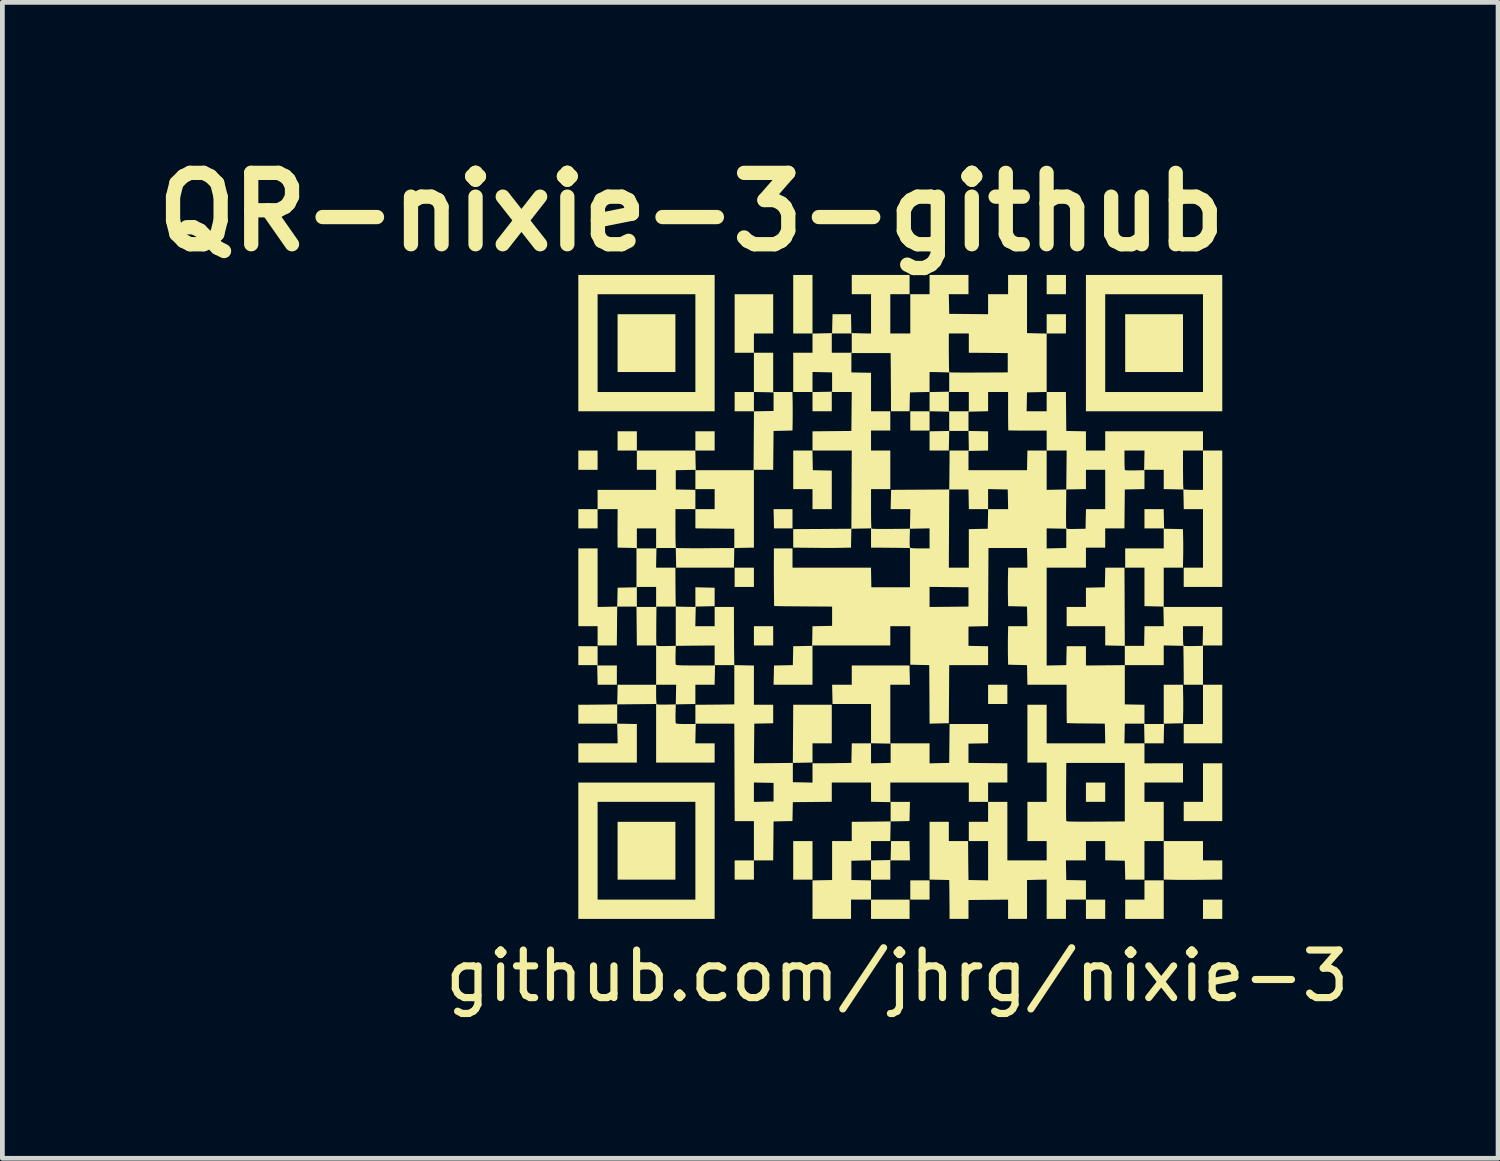
<source format=kicad_pcb>
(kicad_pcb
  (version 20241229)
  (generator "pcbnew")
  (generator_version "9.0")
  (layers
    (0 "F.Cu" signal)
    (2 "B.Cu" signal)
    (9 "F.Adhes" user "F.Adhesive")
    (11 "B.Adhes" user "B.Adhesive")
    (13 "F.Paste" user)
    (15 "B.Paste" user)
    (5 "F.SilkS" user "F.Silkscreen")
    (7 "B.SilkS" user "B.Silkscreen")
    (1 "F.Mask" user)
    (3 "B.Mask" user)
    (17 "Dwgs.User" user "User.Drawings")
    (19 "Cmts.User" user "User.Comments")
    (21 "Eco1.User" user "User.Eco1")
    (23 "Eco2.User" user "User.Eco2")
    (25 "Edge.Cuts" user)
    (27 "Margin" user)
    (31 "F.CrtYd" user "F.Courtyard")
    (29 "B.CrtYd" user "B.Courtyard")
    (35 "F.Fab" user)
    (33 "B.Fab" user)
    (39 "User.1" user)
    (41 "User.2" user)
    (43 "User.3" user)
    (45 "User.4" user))
  (footprint "QR-nixie-3-github"
    (layer "F.Cu")
    (at 15.869 9.494)
    (property "Reference" "QR-nixie-3-github" (at -4.39 -8.09 0) (layer "F.SilkS") (effects (font (size 1.5 1.5) (thickness 0.3))))
    (attr board_only exclude_from_pos_files exclude_from_bom)
    (fp_poly (pts (xy -6.361 -2.873) (xy -6.361 -2.671) (xy -6.564 -2.671) (xy -6.766 -2.671) (xy -6.766 -2.873) (xy -6.766 -3.076) (xy -6.564 -3.076) (xy -6.361 -3.076)) (stroke (width 0) (type solid)) (fill yes) (layer "F.SilkS"))
    (fp_poly (pts (xy -5.536 -3.278) (xy -5.536 -3.076) (xy -5.739 -3.076) (xy -5.941 -3.076) (xy -5.941 -3.278) (xy -5.941 -3.481) (xy -5.739 -3.481) (xy -5.536 -3.481)) (stroke (width 0) (type solid)) (fill yes) (layer "F.SilkS"))
    (fp_poly (pts (xy -4.726 -5.334) (xy -4.726 -4.726) (xy -5.334 -4.726) (xy -5.941 -4.726) (xy -5.941 -5.334) (xy -5.941 -5.941) (xy -5.334 -5.941) (xy -4.726 -5.941)) (stroke (width 0) (type solid)) (fill yes) (layer "F.SilkS"))
    (fp_poly (pts (xy -4.726 5.334) (xy -4.726 5.941) (xy -5.334 5.941) (xy -5.941 5.941) (xy -5.941 5.334) (xy -5.941 4.726) (xy -5.334 4.726) (xy -4.726 4.726)) (stroke (width 0) (type solid)) (fill yes) (layer "F.SilkS"))
    (fp_poly (pts (xy -3.901 -3.278) (xy -3.901 -3.076) (xy -4.104 -3.076) (xy -4.306 -3.076) (xy -4.306 -3.278) (xy -4.306 -3.481) (xy -4.103 -3.481) (xy -3.901 -3.481)) (stroke (width 0) (type solid)) (fill yes) (layer "F.SilkS"))
    (fp_poly (pts (xy -3.076 -4.103) (xy -3.076 -3.901) (xy -3.278 -3.901) (xy -3.481 -3.901) (xy -3.481 -4.103) (xy -3.481 -4.306) (xy -3.278 -4.306) (xy -3.076 -4.306)) (stroke (width 0) (type solid)) (fill yes) (layer "F.SilkS"))
    (fp_poly (pts (xy -3.076 -0.413) (xy -3.076 -0.21) (xy -3.278 -0.21) (xy -3.481 -0.21) (xy -3.481 -0.413) (xy -3.481 -0.615) (xy -3.278 -0.615) (xy -3.076 -0.615)) (stroke (width 0) (type solid)) (fill yes) (layer "F.SilkS"))
    (fp_poly (pts (xy -2.671 0.818) (xy -2.671 1.02) (xy -2.873 1.02) (xy -3.076 1.02) (xy -3.076 0.818) (xy -3.076 0.615) (xy -2.873 0.615) (xy -2.671 0.615)) (stroke (width 0) (type solid)) (fill yes) (layer "F.SilkS"))
    (fp_poly (pts (xy -2.464 -1.845) (xy -2.265 -1.845) (xy -2.265 -1.643) (xy -2.265 -1.44) (xy -2.46 -1.44) (xy -2.654 -1.44) (xy -2.658 -1.643) (xy -2.663 -1.845)) (stroke (width 0) (type solid)) (fill yes) (layer "F.SilkS"))
    (fp_poly (pts (xy -1.845 -6.151) (xy -1.845 -5.536) (xy -2.048 -5.536) (xy -2.25 -5.536) (xy -2.25 -6.151) (xy -2.25 -6.766) (xy -2.048 -6.766) (xy -1.845 -6.766)) (stroke (width 0) (type solid)) (fill yes) (layer "F.SilkS"))
    (fp_poly (pts (xy -1.845 5.536) (xy -1.845 5.941) (xy -2.048 5.941) (xy -2.25 5.941) (xy -2.25 5.536) (xy -2.25 5.131) (xy -2.048 5.131) (xy -1.845 5.131)) (stroke (width 0) (type solid)) (fill yes) (layer "F.SilkS"))
    (fp_poly (pts (xy 0.195 6.564) (xy 0.195 6.766) (xy -0.21 6.766) (xy -0.615 6.766) (xy -0.615 6.564) (xy -0.615 6.361) (xy -0.21 6.361) (xy 0.195 6.361)) (stroke (width 0) (type solid)) (fill yes) (layer "F.SilkS"))
    (fp_poly (pts (xy 0.615 -3.698) (xy 0.615 -3.496) (xy 0.413 -3.496) (xy 0.21 -3.496) (xy 0.21 -3.698) (xy 0.21 -3.901) (xy 0.413 -3.901) (xy 0.615 -3.901)) (stroke (width 0) (type solid)) (fill yes) (layer "F.SilkS"))
    (fp_poly (pts (xy 0.615 6.159) (xy 0.615 6.361) (xy 0.413 6.361) (xy 0.21 6.361) (xy 0.21 6.159) (xy 0.21 5.956) (xy 0.413 5.956) (xy 0.615 5.956)) (stroke (width 0) (type solid)) (fill yes) (layer "F.SilkS"))
    (fp_poly (pts (xy 2.25 2.048) (xy 2.25 2.25) (xy 2.048 2.25) (xy 1.845 2.25) (xy 1.845 2.048) (xy 1.845 1.845) (xy 2.048 1.845) (xy 2.25 1.845)) (stroke (width 0) (type solid)) (fill yes) (layer "F.SilkS"))
    (fp_poly (pts (xy 3.481 -6.564) (xy 3.481 -6.361) (xy 3.278 -6.361) (xy 3.076 -6.361) (xy 3.076 -6.564) (xy 3.076 -6.766) (xy 3.278 -6.766) (xy 3.481 -6.766)) (stroke (width 0) (type solid)) (fill yes) (layer "F.SilkS"))
    (fp_poly (pts (xy 3.481 -5.739) (xy 3.481 -5.536) (xy 3.278 -5.536) (xy 3.076 -5.536) (xy 3.076 -5.738) (xy 3.076 -5.941) (xy 3.278 -5.941) (xy 3.481 -5.941)) (stroke (width 0) (type solid)) (fill yes) (layer "F.SilkS"))
    (fp_poly (pts (xy 4.306 4.103) (xy 4.306 4.306) (xy 4.103 4.306) (xy 3.901 4.306) (xy 3.901 4.103) (xy 3.901 3.901) (xy 4.103 3.901) (xy 4.306 3.901)) (stroke (width 0) (type solid)) (fill yes) (layer "F.SilkS"))
    (fp_poly (pts (xy 4.306 6.564) (xy 4.306 6.766) (xy 4.103 6.766) (xy 3.901 6.766) (xy 3.901 6.564) (xy 3.901 6.361) (xy 4.103 6.361) (xy 4.306 6.361)) (stroke (width 0) (type solid)) (fill yes) (layer "F.SilkS"))
    (fp_poly (pts (xy 5.941 -5.334) (xy 5.941 -4.726) (xy 5.334 -4.726) (xy 4.726 -4.726) (xy 4.726 -5.334) (xy 4.726 -5.941) (xy 5.334 -5.941) (xy 5.941 -5.941)) (stroke (width 0) (type solid)) (fill yes) (layer "F.SilkS"))
    (fp_poly (pts (xy 6.766 6.564) (xy 6.766 6.766) (xy 6.564 6.766) (xy 6.361 6.766) (xy 6.361 6.564) (xy 6.361 6.361) (xy 6.564 6.361) (xy 6.766 6.361)) (stroke (width 0) (type solid)) (fill yes) (layer "F.SilkS"))
    (fp_poly (pts (xy -2.671 -5.949) (xy -2.671 -5.536) (xy -2.873 -5.536) (xy -3.076 -5.536) (xy -3.076 -5.334) (xy -3.076 -5.131) (xy -3.278 -5.131) (xy -3.481 -5.131) (xy -3.481 -5.746) (xy -3.481 -6.361) (xy -3.076 -6.361) (xy -2.671 -6.361)) (stroke (width 0) (type solid)) (fill yes) (layer "F.SilkS"))
    (fp_poly (pts (xy 5.536 6.361) (xy 5.536 6.766) (xy 5.131 6.766) (xy 4.726 6.766) (xy 4.726 6.564) (xy 4.726 6.361) (xy 4.928 6.361) (xy 5.131 6.361) (xy 5.131 6.159) (xy 5.131 5.956) (xy 5.334 5.956) (xy 5.536 5.956)) (stroke (width 0) (type solid)) (fill yes) (layer "F.SilkS"))
    (fp_poly (pts (xy 6.766 2.46) (xy 6.766 3.076) (xy 6.361 3.076) (xy 5.956 3.076) (xy 5.956 2.873) (xy 5.956 2.671) (xy 6.159 2.671) (xy 6.361 2.671) (xy 6.361 2.258) (xy 6.361 1.845) (xy 6.564 1.845) (xy 6.766 1.845)) (stroke (width 0) (type solid)) (fill yes) (layer "F.SilkS"))
    (fp_poly (pts (xy 6.766 4.103) (xy 6.766 4.711) (xy 6.361 4.711) (xy 5.956 4.711) (xy 5.956 4.508) (xy 5.956 4.306) (xy 6.159 4.306) (xy 6.361 4.306) (xy 6.361 3.901) (xy 6.361 3.496) (xy 6.564 3.496) (xy 6.766 3.496)) (stroke (width 0) (type solid)) (fill yes) (layer "F.SilkS"))
    (fp_poly (pts (xy -6.361 1.238) (xy -6.361 1.44) (xy -6.159 1.44) (xy -5.956 1.44) (xy -5.956 1.643) (xy -5.956 1.845) (xy -6.158 1.845) (xy -6.36 1.845) (xy -6.365 1.639) (xy -6.369 1.433) (xy -6.568 1.433) (xy -6.766 1.433) (xy -6.766 1.234) (xy -6.766 1.035) (xy -6.564 1.035) (xy -6.361 1.035)) (stroke (width 0) (type solid)) (fill yes) (layer "F.SilkS"))
    (fp_poly (pts (xy -1.842 -2.869) (xy -1.838 -2.663) (xy -1.639 -2.659) (xy -1.44 -2.655) (xy -1.44 -2.25) (xy -1.44 -1.845) (xy -1.643 -1.845) (xy -1.845 -1.845) (xy -1.845 -2.055) (xy -1.845 -2.265) (xy -2.048 -2.265) (xy -2.25 -2.265) (xy -2.25 -2.671) (xy -2.25 -3.076) (xy -2.048 -3.076) (xy -1.846 -3.076)) (stroke (width 0) (type solid)) (fill yes) (layer "F.SilkS"))
    (fp_poly (pts (xy 0.198 5.334) (xy 0.203 5.536) (xy -0.004 5.536) (xy -0.21 5.536) (xy -0.21 5.739) (xy -0.21 5.941) (xy -0.413 5.941) (xy -0.615 5.941) (xy -0.615 5.738) (xy -0.615 5.537) (xy -0.409 5.533) (xy -0.203 5.529) (xy -0.198 5.33) (xy -0.194 5.131) (xy -0.000376 5.131) (xy 0.193 5.131)) (stroke (width 0) (type solid)) (fill yes) (layer "F.SilkS"))
    (fp_poly (pts (xy -3.901 -5.334) (xy -3.901 -3.901) (xy -5.334 -3.901) (xy -6.766 -3.901) (xy -6.766 -5.334) (xy -6.361 -5.334) (xy -6.361 -4.306) (xy -5.334 -4.306) (xy -4.306 -4.306) (xy -4.306 -5.334) (xy -4.306 -6.361) (xy -5.334 -6.361) (xy -6.361 -6.361) (xy -6.361 -5.334) (xy -6.766 -5.334) (xy -6.766 -6.766) (xy -5.334 -6.766) (xy -3.901 -6.766)) (stroke (width 0) (type solid)) (fill yes) (layer "F.SilkS"))
    (fp_poly (pts (xy -3.901 5.334) (xy -3.901 6.766) (xy -5.334 6.766) (xy -6.766 6.766) (xy -6.766 5.334) (xy -6.361 5.334) (xy -6.361 6.361) (xy -5.334 6.361) (xy -4.306 6.361) (xy -4.306 5.334) (xy -4.306 4.306) (xy -5.334 4.306) (xy -6.361 4.306) (xy -6.361 5.334) (xy -6.766 5.334) (xy -6.766 3.901) (xy -5.334 3.901) (xy -3.901 3.901)) (stroke (width 0) (type solid)) (fill yes) (layer "F.SilkS"))
    (fp_poly (pts (xy 6.361 5.334) (xy 6.361 5.536) (xy 6.564 5.536) (xy 6.766 5.536) (xy 6.766 5.738) (xy 6.766 5.94) (xy 6.358 5.944) (xy 6.236 5.945) (xy 6.112 5.946) (xy 5.992 5.946) (xy 5.883 5.946) (xy 5.792 5.945) (xy 5.742 5.944) (xy 5.536 5.94) (xy 5.536 5.536) (xy 5.536 5.131) (xy 5.949 5.131) (xy 6.361 5.131)) (stroke (width 0) (type solid)) (fill yes) (layer "F.SilkS"))
    (fp_poly (pts (xy 6.766 -5.334) (xy 6.766 -3.901) (xy 5.334 -3.901) (xy 3.901 -3.901) (xy 3.901 -5.334) (xy 4.306 -5.334) (xy 4.306 -4.306) (xy 5.334 -4.306) (xy 6.361 -4.306) (xy 6.361 -5.334) (xy 6.361 -6.361) (xy 5.334 -6.361) (xy 4.306 -6.361) (xy 4.306 -5.334) (xy 3.901 -5.334) (xy 3.901 -6.766) (xy 5.334 -6.766) (xy 6.766 -6.766)) (stroke (width 0) (type solid)) (fill yes) (layer "F.SilkS"))
    (fp_poly (pts (xy -2.671 -4.718) (xy -2.671 -4.306) (xy -2.469 -4.306) (xy -2.267 -4.306) (xy -2.262 -4.092) (xy -2.261 -3.992) (xy -2.261 -3.881) (xy -2.261 -3.773) (xy -2.262 -3.687) (xy -2.266 -3.497) (xy -2.465 -3.492) (xy -2.663 -3.488) (xy -2.667 -3.079) (xy -2.671 -2.671) (xy -2.873 -2.671) (xy -3.076 -2.671) (xy -3.076 -1.853) (xy -3.076 -1.036) (xy -3.282 -1.032) (xy -3.488 -1.028) (xy -3.492 -0.821) (xy -3.497 -0.615) (xy -4.103 -0.615) (xy -4.71 -0.615) (xy -4.714 -0.821) (xy -4.718 -1.028) (xy -4.921 -1.028) (xy -5.124 -1.028) (xy -5.128 -0.821) (xy -5.132 -0.615) (xy -4.929 -0.615) (xy -4.726 -0.615) (xy -4.725 -0.409) (xy -4.725 -0.307) (xy -4.724 -0.193) (xy -4.723 -0.079) (xy -4.722 0) (xy -4.718 0.203) (xy -4.512 0.207) (xy -4.306 0.211) (xy -4.306 0.004) (xy -4.306 -0.203) (xy -4.103 -0.198) (xy -3.901 -0.193) (xy -3.901 0.000377) (xy -3.901 0.194) (xy -4.1 0.198) (xy -4.298 0.203) (xy -4.303 0.409) (xy -4.307 0.615) (xy -4.104 0.615) (xy -3.901 0.615) (xy -3.901 0.413) (xy -3.901 0.21) (xy -3.698 0.21) (xy -3.496 0.21) (xy -3.495 0.619) (xy -3.495 0.74) (xy -3.494 0.864) (xy -3.494 0.983) (xy -3.493 1.091) (xy -3.492 1.181) (xy -3.491 1.23) (xy -3.488 1.433) (xy -3.282 1.437) (xy -3.076 1.441) (xy -3.076 1.853) (xy -3.076 2.265) (xy -2.873 2.265) (xy -2.671 2.265) (xy -2.671 2.46) (xy -2.671 2.655) (xy -2.869 2.659) (xy -3.068 2.663) (xy -3.072 3.079) (xy -3.076 3.496) (xy -2.667 3.492) (xy -2.258 3.488) (xy -2.254 2.877) (xy -2.25 2.265) (xy -1.845 2.265) (xy -1.44 2.265) (xy -1.44 2.671) (xy -1.44 3.076) (xy -1.643 3.076) (xy -1.845 3.076) (xy -1.845 3.278) (xy -1.845 3.48) (xy -2.052 3.484) (xy -2.258 3.488) (xy -2.258 3.691) (xy -2.258 3.893) (xy -2.052 3.897) (xy -1.845 3.902) (xy -1.845 3.699) (xy -1.845 3.496) (xy -1.639 3.495) (xy -1.538 3.495) (xy -1.423 3.494) (xy -1.31 3.492) (xy -1.23 3.491) (xy -1.028 3.488) (xy -1.024 3.282) (xy -1.019 3.076) (xy -0.817 3.076) (xy -0.615 3.076) (xy -0.615 3.286) (xy -0.615 3.497) (xy -0.409 3.492) (xy -0.203 3.488) (xy -0.203 3.286) (xy -0.203 3.083) (xy -0.409 3.079) (xy -0.615 3.075) (xy -0.615 2.663) (xy -0.615 2.25) (xy -1.019 2.25) (xy -1.424 2.25) (xy -1.428 2.048) (xy -1.433 1.845) (xy -1.226 1.845) (xy -1.02 1.845) (xy -1.02 1.643) (xy -1.02 1.44) (xy -0.413 1.44) (xy 0.193 1.44) (xy 0.198 1.643) (xy 0.203 1.845) (xy -0.004 1.845) (xy -0.21 1.845) (xy -0.21 2.46) (xy -0.21 3.076) (xy 0.203 3.076) (xy 0.615 3.076) (xy 0.615 3.286) (xy 0.615 3.497) (xy 0.821 3.492) (xy 1.028 3.488) (xy 1.032 3.079) (xy 1.036 2.671) (xy 1.441 2.671) (xy 1.845 2.671) (xy 1.845 2.873) (xy 1.845 3.075) (xy 1.639 3.079) (xy 1.433 3.083) (xy 1.433 3.286) (xy 1.433 3.488) (xy 1.842 3.492) (xy 2.25 3.496) (xy 2.25 3.698) (xy 2.25 3.901) (xy 2.048 3.901) (xy 1.845 3.901) (xy 1.845 4.103) (xy 1.845 4.306) (xy 1.643 4.306) (xy 1.44 4.306) (xy 1.44 4.103) (xy 1.44 3.901) (xy 0.615 3.901) (xy -0.21 3.901) (xy -0.21 4.103) (xy -0.21 4.306) (xy -0.004 4.306) (xy 0.203 4.306) (xy 0.198 4.508) (xy 0.193 4.71) (xy -0.005 4.714) (xy -0.203 4.718) (xy -0.207 4.925) (xy -0.211 5.131) (xy -0.413 5.131) (xy -0.615 5.131) (xy -0.615 5.334) (xy -0.615 5.535) (xy -0.821 5.539) (xy -1.028 5.544) (xy -1.028 5.746) (xy -1.028 5.949) (xy -0.821 5.953) (xy -0.615 5.957) (xy -0.615 6.159) (xy -0.615 6.361) (xy -0.825 6.361) (xy -1.035 6.361) (xy -1.035 6.564) (xy -1.035 6.766) (xy -1.44 6.766) (xy -1.845 6.766) (xy -1.845 6.362) (xy -1.845 5.957) (xy -1.639 5.953) (xy -1.433 5.949) (xy -1.433 5.54) (xy -1.433 5.131) (xy -1.226 5.131) (xy -1.02 5.131) (xy -1.02 4.929) (xy -1.02 4.726) (xy -0.611 4.722) (xy -0.203 4.718) (xy -0.203 4.516) (xy -0.203 4.313) (xy -0.409 4.309) (xy -0.615 4.305) (xy -0.615 4.103) (xy -0.615 3.901) (xy -1.028 3.901) (xy -1.44 3.901) (xy -1.44 4.103) (xy -1.44 4.305) (xy -1.849 4.309) (xy -2.258 4.313) (xy -2.262 4.512) (xy -2.266 4.71) (xy -2.465 4.714) (xy -2.663 4.718) (xy -2.667 5.127) (xy -2.671 5.536) (xy -2.873 5.536) (xy -3.076 5.536) (xy -3.076 5.739) (xy -3.076 5.941) (xy -3.278 5.941) (xy -3.481 5.941) (xy -3.481 5.739) (xy -3.481 5.536) (xy -3.278 5.536) (xy -3.076 5.536) (xy -3.076 5.124) (xy -3.076 4.711) (xy -3.278 4.711) (xy -3.48 4.711) (xy -3.483 4.103) (xy -3.076 4.103) (xy -3.076 4.307) (xy -2.869 4.303) (xy -2.663 4.298) (xy -2.663 4.103) (xy -2.663 3.908) (xy -2.869 3.904) (xy -3.076 3.9) (xy -3.076 4.103) (xy -3.483 4.103) (xy -3.484 3.687) (xy -3.488 2.663) (xy -3.893 2.663) (xy -4.298 2.663) (xy -4.303 2.869) (xy -4.307 3.076) (xy -4.104 3.076) (xy -3.901 3.076) (xy -3.901 3.278) (xy -3.901 3.481) (xy -4.516 3.481) (xy -5.131 3.481) (xy -5.131 2.865) (xy -5.131 2.518) (xy -4.724 2.518) (xy -4.723 2.581) (xy -4.722 2.627) (xy -4.72 2.65) (xy -4.719 2.651) (xy -4.708 2.659) (xy -4.68 2.665) (xy -4.631 2.669) (xy -4.557 2.67) (xy -4.509 2.671) (xy -4.306 2.671) (xy -4.306 2.468) (xy -4.306 2.265) (xy -4.1 2.265) (xy -3.998 2.264) (xy -3.883 2.263) (xy -3.77 2.262) (xy -3.691 2.261) (xy -3.488 2.258) (xy -3.488 1.845) (xy -3.488 1.433) (xy -3.691 1.433) (xy -3.893 1.433) (xy -3.897 1.639) (xy -3.902 1.845) (xy -4.104 1.845) (xy -4.306 1.845) (xy -4.306 2.047) (xy -4.306 2.25) (xy -4.512 2.254) (xy -4.718 2.258) (xy -4.723 2.445) (xy -4.724 2.518) (xy -5.131 2.518) (xy -5.131 2.25) (xy -5.54 2.254) (xy -5.949 2.258) (xy -5.949 2.46) (xy -5.949 2.663) (xy -5.742 2.667) (xy -5.536 2.671) (xy -5.536 3.076) (xy -5.536 3.481) (xy -6.151 3.481) (xy -6.766 3.481) (xy -6.766 3.278) (xy -6.766 3.076) (xy -6.353 3.076) (xy -5.94 3.076) (xy -5.944 2.869) (xy -5.949 2.663) (xy -6.358 2.663) (xy -6.766 2.663) (xy -6.766 2.464) (xy -6.766 2.265) (xy -6.56 2.265) (xy -6.459 2.264) (xy -6.344 2.263) (xy -6.231 2.262) (xy -6.151 2.261) (xy -5.949 2.258) (xy -5.944 2.052) (xy -5.944 2.045) (xy -5.131 2.045) (xy -5.13 2.12) (xy -5.128 2.184) (xy -5.125 2.23) (xy -5.121 2.254) (xy -5.121 2.256) (xy -5.102 2.259) (xy -5.06 2.262) (xy -5 2.263) (xy -4.928 2.262) (xy -4.914 2.262) (xy -4.718 2.258) (xy -4.714 2.052) (xy -4.71 1.845) (xy -4.921 1.845) (xy -5.131 1.845) (xy -5.131 2.045) (xy -5.944 2.045) (xy -5.94 1.845) (xy -5.536 1.845) (xy -5.131 1.845) (xy -5.131 1.433) (xy -5.131 1.288) (xy -4.724 1.288) (xy -4.723 1.351) (xy -4.722 1.397) (xy -4.72 1.42) (xy -4.719 1.421) (xy -4.711 1.427) (xy -4.689 1.432) (xy -4.651 1.435) (xy -4.594 1.438) (xy -4.515 1.439) (xy -4.412 1.44) (xy -4.306 1.44) (xy -3.901 1.44) (xy -3.901 1.23) (xy -3.901 1.02) (xy -4.31 1.024) (xy -4.718 1.028) (xy -4.723 1.214) (xy -4.724 1.288) (xy -5.131 1.288) (xy -5.131 1.02) (xy -5.333 1.02) (xy -5.536 1.02) (xy -5.538 0.804) (xy -5.129 0.804) (xy -5.128 0.888) (xy -5.127 0.954) (xy -5.126 0.999) (xy -5.124 1.017) (xy -5.113 1.025) (xy -5.087 1.03) (xy -5.04 1.033) (xy -4.969 1.033) (xy -4.918 1.032) (xy -4.718 1.028) (xy -4.718 0.615) (xy -4.718 0.203) (xy -4.921 0.203) (xy -5.124 0.203) (xy -5.128 0.6) (xy -5.128 0.707) (xy -5.129 0.804) (xy -5.538 0.804) (xy -5.54 0.611) (xy -5.544 0.203) (xy -5.746 0.203) (xy -5.949 0.203) (xy -5.953 0.611) (xy -5.957 1.02) (xy -6.159 1.02) (xy -6.361 1.02) (xy -6.361 0.818) (xy -6.361 0.615) (xy -6.564 0.615) (xy -6.766 0.615) (xy -6.766 -0.203) (xy -6.766 -1.02) (xy -6.564 -1.02) (xy -6.361 -1.02) (xy -6.361 -0.405) (xy -6.361 0.211) (xy -6.155 0.207) (xy -5.949 0.203) (xy -5.944 0.004) (xy -5.944 0) (xy -5.536 0) (xy -5.536 0.21) (xy -5.334 0.21) (xy -5.131 0.21) (xy -5.131 0) (xy -5.131 -0.21) (xy -5.334 -0.21) (xy -5.536 -0.21) (xy -5.536 0) (xy -5.944 0) (xy -5.94 -0.194) (xy -5.742 -0.198) (xy -5.544 -0.203) (xy -5.544 -0.615) (xy -5.544 -1.028) (xy -5.742 -1.032) (xy -5.941 -1.036) (xy -5.942 -1.23) (xy -5.536 -1.23) (xy -5.536 -1.02) (xy -5.334 -1.02) (xy -5.131 -1.02) (xy -5.131 -1.23) (xy -5.131 -1.44) (xy -5.334 -1.44) (xy -5.536 -1.44) (xy -5.536 -1.23) (xy -5.942 -1.23) (xy -5.942 -1.234) (xy -5.942 -1.333) (xy -5.942 -1.445) (xy -5.942 -1.558) (xy -5.941 -1.639) (xy -5.94 -1.845) (xy -4.725 -1.845) (xy -4.725 -1.443) (xy -4.725 -1.335) (xy -4.724 -1.238) (xy -4.722 -1.155) (xy -4.72 -1.09) (xy -4.718 -1.047) (xy -4.715 -1.03) (xy -4.715 -1.03) (xy -4.699 -1.028) (xy -4.655 -1.026) (xy -4.588 -1.025) (xy -4.501 -1.024) (xy -4.397 -1.023) (xy -4.278 -1.023) (xy -4.149 -1.023) (xy -4.097 -1.024) (xy -3.488 -1.028) (xy -3.488 -1.23) (xy -3.488 -1.433) (xy -3.897 -1.437) (xy -4.306 -1.441) (xy -4.306 -1.643) (xy -4.306 -1.845) (xy -4.103 -1.845) (xy -3.901 -1.845) (xy -3.901 -2.055) (xy -3.901 -2.265) (xy -4.103 -2.265) (xy -4.306 -2.265) (xy -4.306 -2.468) (xy -4.306 -2.671) (xy -4.512 -2.667) (xy -4.718 -2.663) (xy -4.718 -2.46) (xy -4.718 -2.258) (xy -4.512 -2.254) (xy -4.306 -2.25) (xy -4.306 -2.047) (xy -4.306 -1.845) (xy -4.516 -1.845) (xy -4.725 -1.845) (xy -5.94 -1.845) (xy -6.151 -1.845) (xy -6.361 -1.845) (xy -6.361 -1.643) (xy -6.361 -1.44) (xy -6.564 -1.44) (xy -6.766 -1.44) (xy -6.766 -1.643) (xy -6.766 -1.845) (xy -6.564 -1.845) (xy -6.361 -1.845) (xy -6.361 -2.048) (xy -6.361 -2.25) (xy -5.746 -2.25) (xy -5.131 -2.25) (xy -5.131 -2.46) (xy -5.131 -2.671) (xy -5.334 -2.671) (xy -5.536 -2.671) (xy -5.536 -2.873) (xy -5.536 -3.076) (xy -4.921 -3.076) (xy -4.307 -3.076) (xy -4.303 -2.869) (xy -4.298 -2.663) (xy -3.691 -2.663) (xy -3.083 -2.663) (xy -3.079 -3.282) (xy -3.075 -3.9) (xy -2.869 -3.904) (xy -2.663 -3.908) (xy -2.663 -4.103) (xy -2.663 -4.298) (xy -2.869 -4.303) (xy -3.076 -4.307) (xy -3.076 -4.718) (xy -3.076 -5.131) (xy -2.873 -5.131) (xy -2.671 -5.131)) (stroke (width 0) (type solid)) (fill yes) (layer "F.SilkS"))
    (fp_poly (pts (xy 2.663 -6.155) (xy 2.663 -5.544) (xy 2.869 -5.539) (xy 3.076 -5.535) (xy 3.076 -4.921) (xy 3.076 -4.307) (xy 2.869 -4.303) (xy 2.663 -4.298) (xy 2.659 -4.1) (xy 2.655 -3.901) (xy 2.865 -3.901) (xy 3.076 -3.901) (xy 3.076 -4.104) (xy 3.076 -4.306) (xy 3.278 -4.306) (xy 3.48 -4.306) (xy 3.484 -3.897) (xy 3.488 -3.488) (xy 3.694 -3.484) (xy 3.901 -3.48) (xy 3.901 -3.278) (xy 3.901 -3.076) (xy 4.103 -3.076) (xy 4.306 -3.076) (xy 4.306 -3.278) (xy 4.306 -3.481) (xy 5.334 -3.481) (xy 6.361 -3.481) (xy 6.361 -3.278) (xy 6.361 -3.076) (xy 6.151 -3.076) (xy 5.941 -3.076) (xy 5.941 -2.673) (xy 5.942 -2.566) (xy 5.943 -2.469) (xy 5.944 -2.386) (xy 5.946 -2.321) (xy 5.949 -2.278) (xy 5.951 -2.26) (xy 5.951 -2.26) (xy 5.969 -2.257) (xy 6.011 -2.254) (xy 6.071 -2.251) (xy 6.144 -2.25) (xy 6.161 -2.25) (xy 6.361 -2.25) (xy 6.361 -2.663) (xy 6.361 -3.076) (xy 6.564 -3.076) (xy 6.766 -3.076) (xy 6.766 -1.643) (xy 6.766 -0.21) (xy 6.361 -0.21) (xy 5.956 -0.21) (xy 5.956 -0.413) (xy 5.956 -0.615) (xy 6.159 -0.615) (xy 6.361 -0.615) (xy 6.361 -1.23) (xy 6.361 -1.845) (xy 6.159 -1.845) (xy 5.957 -1.845) (xy 5.953 -2.052) (xy 5.949 -2.258) (xy 5.742 -2.262) (xy 5.536 -2.266) (xy 5.536 -2.468) (xy 5.536 -2.671) (xy 5.334 -2.671) (xy 5.131 -2.671) (xy 5.131 -2.468) (xy 5.131 -2.266) (xy 4.925 -2.262) (xy 4.718 -2.258) (xy 4.714 -1.849) (xy 4.71 -1.44) (xy 4.508 -1.44) (xy 4.306 -1.44) (xy 4.306 -1.238) (xy 4.306 -1.035) (xy 4.103 -1.035) (xy 3.901 -1.035) (xy 3.901 -0.825) (xy 3.901 -0.615) (xy 3.488 -0.615) (xy 3.076 -0.615) (xy 3.076 0.413) (xy 3.076 1.441) (xy 3.282 1.437) (xy 3.488 1.433) (xy 3.492 1.234) (xy 3.497 1.035) (xy 3.699 1.035) (xy 3.901 1.035) (xy 3.901 1.238) (xy 3.901 1.441) (xy 4.31 1.437) (xy 4.718 1.433) (xy 4.718 1.23) (xy 4.718 1.028) (xy 4.512 1.024) (xy 4.306 1.019) (xy 4.306 0.817) (xy 4.306 0.615) (xy 3.901 0.615) (xy 3.496 0.615) (xy 3.496 0.413) (xy 3.496 0.21) (xy 3.698 0.21) (xy 3.901 0.21) (xy 3.901 0.008) (xy 3.901 -0.194) (xy 4.1 -0.198) (xy 4.298 -0.203) (xy 4.303 -0.409) (xy 4.307 -0.615) (xy 4.509 -0.615) (xy 4.711 -0.615) (xy 4.715 0.206) (xy 4.718 1.028) (xy 4.921 1.028) (xy 5.124 1.028) (xy 5.128 0.821) (xy 5.128 0.815) (xy 5.941 0.815) (xy 5.942 0.89) (xy 5.944 0.953) (xy 5.947 1) (xy 5.951 1.024) (xy 5.952 1.026) (xy 5.97 1.029) (xy 6.012 1.032) (xy 6.072 1.033) (xy 6.144 1.032) (xy 6.158 1.032) (xy 6.354 1.028) (xy 6.358 0.821) (xy 6.362 0.615) (xy 6.152 0.615) (xy 5.941 0.615) (xy 5.941 0.815) (xy 5.128 0.815) (xy 5.132 0.615) (xy 5.334 0.615) (xy 5.537 0.615) (xy 5.533 0.409) (xy 5.529 0.203) (xy 5.33 0.198) (xy 5.131 0.194) (xy 5.131 -0.21) (xy 5.131 -0.615) (xy 4.928 -0.615) (xy 4.726 -0.615) (xy 4.726 -0.818) (xy 4.726 -1.02) (xy 5.131 -1.02) (xy 5.536 -1.02) (xy 5.536 -1.23) (xy 5.536 -1.44) (xy 5.334 -1.44) (xy 5.131 -1.44) (xy 5.131 -1.643) (xy 5.131 -1.845) (xy 5.333 -1.845) (xy 5.535 -1.845) (xy 5.539 -1.639) (xy 5.544 -1.433) (xy 5.742 -1.429) (xy 5.94 -1.424) (xy 5.944 -1.234) (xy 5.946 -1.141) (xy 5.946 -1.032) (xy 5.946 -0.921) (xy 5.944 -0.829) (xy 5.94 -0.615) (xy 5.738 -0.615) (xy 5.536 -0.615) (xy 5.536 -0.203) (xy 5.536 0.21) (xy 6.151 0.21) (xy 6.766 0.21) (xy 6.766 0.615) (xy 6.766 1.02) (xy 6.564 1.02) (xy 6.361 1.02) (xy 6.361 1.433) (xy 6.361 1.845) (xy 6.159 1.845) (xy 5.956 1.845) (xy 5.956 1.639) (xy 5.955 1.538) (xy 5.954 1.423) (xy 5.953 1.31) (xy 5.952 1.23) (xy 5.949 1.028) (xy 5.742 1.024) (xy 5.536 1.019) (xy 5.536 1.226) (xy 5.536 1.433) (xy 5.127 1.433) (xy 4.718 1.433) (xy 4.718 1.845) (xy 4.718 2.258) (xy 4.925 2.262) (xy 5.131 2.266) (xy 5.131 2.468) (xy 5.131 2.671) (xy 5.334 2.671) (xy 5.536 2.671) (xy 5.536 2.258) (xy 5.536 1.845) (xy 5.738 1.845) (xy 5.94 1.845) (xy 5.944 2.059) (xy 5.946 2.159) (xy 5.946 2.27) (xy 5.946 2.378) (xy 5.944 2.464) (xy 5.94 2.655) (xy 5.742 2.659) (xy 5.544 2.663) (xy 5.539 2.869) (xy 5.535 3.076) (xy 5.333 3.076) (xy 5.132 3.076) (xy 5.128 2.869) (xy 5.124 2.663) (xy 4.921 2.663) (xy 4.718 2.663) (xy 4.714 2.869) (xy 4.71 3.076) (xy 4.921 3.076) (xy 5.131 3.076) (xy 5.131 3.286) (xy 5.131 3.497) (xy 5.337 3.496) (xy 5.438 3.495) (xy 5.552 3.495) (xy 5.663 3.495) (xy 5.742 3.495) (xy 5.941 3.496) (xy 5.941 3.698) (xy 5.941 3.901) (xy 5.536 3.901) (xy 5.131 3.901) (xy 5.131 4.103) (xy 5.131 4.306) (xy 5.334 4.306) (xy 5.536 4.306) (xy 5.536 4.718) (xy 5.536 5.131) (xy 5.334 5.131) (xy 5.131 5.131) (xy 5.131 5.536) (xy 5.131 5.941) (xy 4.929 5.941) (xy 4.727 5.941) (xy 4.723 5.742) (xy 4.718 5.544) (xy 4.512 5.539) (xy 4.306 5.535) (xy 4.306 5.333) (xy 4.306 5.131) (xy 4.103 5.131) (xy 3.901 5.131) (xy 3.901 5.334) (xy 3.901 5.536) (xy 3.69 5.536) (xy 3.48 5.536) (xy 3.484 5.742) (xy 3.488 5.949) (xy 3.694 5.953) (xy 3.901 5.957) (xy 3.901 6.159) (xy 3.901 6.361) (xy 3.691 6.361) (xy 3.481 6.361) (xy 3.481 6.564) (xy 3.481 6.766) (xy 3.278 6.766) (xy 3.076 6.766) (xy 3.076 6.353) (xy 3.076 5.94) (xy 2.869 5.944) (xy 2.663 5.949) (xy 2.663 6.358) (xy 2.663 6.766) (xy 2.464 6.766) (xy 2.265 6.766) (xy 2.265 6.564) (xy 2.265 6.361) (xy 1.849 6.365) (xy 1.433 6.369) (xy 1.433 6.568) (xy 1.433 6.766) (xy 1.234 6.766) (xy 1.035 6.766) (xy 1.035 6.56) (xy 1.034 6.459) (xy 1.033 6.344) (xy 1.032 6.231) (xy 1.031 6.151) (xy 1.028 5.949) (xy 0.821 5.944) (xy 0.615 5.94) (xy 0.615 5.333) (xy 0.615 4.726) (xy 0.818 4.726) (xy 1.02 4.726) (xy 1.02 4.928) (xy 1.02 5.131) (xy 1.223 5.131) (xy 1.425 5.131) (xy 1.426 5.33) (xy 1.427 5.427) (xy 1.428 5.54) (xy 1.429 5.653) (xy 1.43 5.739) (xy 1.433 5.949) (xy 1.639 5.953) (xy 1.845 5.957) (xy 1.845 5.544) (xy 1.845 5.131) (xy 1.643 5.131) (xy 1.44 5.131) (xy 1.44 4.928) (xy 1.44 4.726) (xy 1.643 4.726) (xy 1.845 4.726) (xy 1.845 4.516) (xy 1.845 4.306) (xy 2.048 4.306) (xy 2.25 4.306) (xy 2.25 4.921) (xy 2.25 5.536) (xy 2.663 5.536) (xy 3.076 5.536) (xy 3.076 5.334) (xy 3.076 5.131) (xy 2.873 5.131) (xy 2.671 5.131) (xy 2.671 4.718) (xy 2.671 4.343) (xy 3.483 4.343) (xy 3.483 4.453) (xy 3.484 4.548) (xy 3.485 4.623) (xy 3.486 4.676) (xy 3.487 4.704) (xy 3.487 4.707) (xy 3.496 4.712) (xy 3.518 4.716) (xy 3.557 4.719) (xy 3.613 4.721) (xy 3.691 4.722) (xy 3.791 4.723) (xy 3.917 4.723) (xy 4.07 4.722) (xy 4.107 4.722) (xy 4.718 4.718) (xy 4.718 4.103) (xy 4.718 3.488) (xy 4.103 3.488) (xy 3.488 3.488) (xy 3.484 4.088) (xy 3.484 4.22) (xy 3.483 4.343) (xy 2.671 4.343) (xy 2.671 4.306) (xy 2.873 4.306) (xy 3.076 4.306) (xy 3.076 3.893) (xy 3.076 3.481) (xy 2.873 3.481) (xy 2.671 3.481) (xy 2.671 2.873) (xy 2.671 2.265) (xy 2.873 2.265) (xy 3.076 2.265) (xy 3.076 2.671) (xy 3.076 3.076) (xy 3.691 3.076) (xy 4.307 3.076) (xy 4.303 2.869) (xy 4.298 2.663) (xy 3.902 2.659) (xy 3.796 2.658) (xy 3.701 2.657) (xy 3.619 2.655) (xy 3.556 2.653) (xy 3.515 2.652) (xy 3.5 2.65) (xy 3.499 2.634) (xy 3.498 2.593) (xy 3.497 2.529) (xy 3.496 2.447) (xy 3.495 2.35) (xy 3.495 2.245) (xy 3.495 1.845) (xy 3.083 1.845) (xy 2.671 1.845) (xy 2.667 1.639) (xy 2.663 1.433) (xy 2.465 1.429) (xy 2.266 1.424) (xy 2.262 1.234) (xy 2.261 1.141) (xy 2.261 1.032) (xy 2.261 0.921) (xy 2.262 0.829) (xy 2.267 0.615) (xy 2.469 0.615) (xy 2.671 0.615) (xy 2.667 0.409) (xy 2.663 0.203) (xy 2.465 0.198) (xy 2.266 0.194) (xy 2.262 0.003) (xy 2.261 -0.09) (xy 2.261 -0.198) (xy 2.261 -0.309) (xy 2.262 -0.401) (xy 2.267 -0.615) (xy 2.469 -0.615) (xy 2.671 -0.615) (xy 2.667 -0.821) (xy 2.663 -1.028) (xy 2.258 -1.028) (xy 1.853 -1.028) (xy 1.849 -0.207) (xy 1.845 0.614) (xy 1.639 0.618) (xy 1.433 0.623) (xy 1.433 0.825) (xy 1.433 1.028) (xy 1.639 1.032) (xy 1.845 1.036) (xy 1.845 1.234) (xy 1.845 1.433) (xy 1.437 1.433) (xy 1.028 1.433) (xy 1.024 2.043) (xy 1.02 2.654) (xy 0.818 2.658) (xy 0.615 2.663) (xy 0.612 2.048) (xy 0.608 1.433) (xy 0.409 1.429) (xy 0.21 1.424) (xy 0.21 1.02) (xy 0.21 0.615) (xy 0 0.615) (xy -0.21 0.615) (xy -0.21 0.818) (xy -0.21 1.02) (xy -1.028 1.02) (xy -1.845 1.02) (xy -1.845 1.433) (xy -1.845 1.845) (xy -2.254 1.845) (xy -2.663 1.845) (xy -2.658 1.643) (xy -2.654 1.441) (xy -2.456 1.437) (xy -2.258 1.433) (xy -2.254 1.234) (xy -2.25 1.036) (xy -2.051 1.032) (xy -1.853 1.028) (xy -1.849 0.822) (xy -1.845 0.616) (xy -1.639 0.612) (xy -1.433 0.608) (xy -1.433 0.405) (xy -1.433 0.203) (xy -2.039 0.199) (xy -2.171 0.198) (xy -2.293 0.197) (xy -2.402 0.196) (xy -2.496 0.195) (xy -2.57 0.193) (xy -2.621 0.192) (xy -2.647 0.191) (xy -2.65 0.191) (xy -2.651 0.175) (xy -2.652 0.133) (xy -2.653 0.067) (xy -2.654 0) (xy 0.615 0) (xy 0.615 0.211) (xy 1.024 0.207) (xy 1.433 0.203) (xy 1.433 0) (xy 1.433 -0.203) (xy 1.024 -0.207) (xy 0.615 -0.211) (xy 0.615 0) (xy -2.654 0) (xy -2.654 -0.018) (xy -2.655 -0.12) (xy -2.656 -0.234) (xy -2.656 -0.358) (xy -2.657 -0.488) (xy -2.657 -0.62) (xy -2.657 -0.752) (xy -2.656 -0.821) (xy -2.656 -1.02) (xy -2.46 -1.02) (xy -2.265 -1.02) (xy -2.265 -0.818) (xy -2.265 -0.615) (xy -1.441 -0.615) (xy -0.616 -0.615) (xy -0.612 -0.409) (xy -0.608 -0.203) (xy -0.203 -0.203) (xy 0.203 -0.203) (xy 0.203 -0.615) (xy 1.02 -0.615) (xy 1.23 -0.615) (xy 1.44 -0.615) (xy 1.44 -1.02) (xy 1.44 -1.23) (xy 3.076 -1.23) (xy 3.076 -1.019) (xy 3.282 -1.024) (xy 3.488 -1.028) (xy 3.488 -1.23) (xy 3.488 -1.433) (xy 3.282 -1.437) (xy 3.076 -1.441) (xy 3.076 -1.23) (xy 1.44 -1.23) (xy 1.44 -1.424) (xy 1.639 -1.429) (xy 1.838 -1.433) (xy 1.842 -1.639) (xy 1.842 -1.656) (xy 3.483 -1.656) (xy 3.484 -1.572) (xy 3.484 -1.506) (xy 3.486 -1.462) (xy 3.488 -1.444) (xy 3.498 -1.436) (xy 3.525 -1.43) (xy 3.572 -1.428) (xy 3.643 -1.428) (xy 3.694 -1.429) (xy 3.893 -1.433) (xy 3.897 -1.639) (xy 3.902 -1.845) (xy 4.104 -1.845) (xy 4.306 -1.845) (xy 4.306 -2.258) (xy 4.306 -2.671) (xy 4.103 -2.671) (xy 3.901 -2.671) (xy 3.901 -2.468) (xy 3.901 -2.266) (xy 3.694 -2.262) (xy 3.488 -2.258) (xy 3.484 -1.861) (xy 3.483 -1.754) (xy 3.483 -1.656) (xy 1.842 -1.656) (xy 1.846 -1.845) (xy 2.056 -1.845) (xy 2.266 -1.845) (xy 2.262 -2.052) (xy 2.258 -2.258) (xy 2.052 -2.262) (xy 1.845 -2.266) (xy 1.845 -2.056) (xy 1.845 -1.845) (xy 1.643 -1.845) (xy 1.441 -1.845) (xy 1.437 -2.052) (xy 1.433 -2.258) (xy 1.23 -2.258) (xy 1.028 -2.258) (xy 1.024 -1.437) (xy 1.02 -0.615) (xy 0.203 -0.615) (xy 0.203 -1.028) (xy 0 -1.031) (xy -0.1 -1.032) (xy -0.215 -1.033) (xy -0.328 -1.034) (xy -0.409 -1.035) (xy -0.615 -1.035) (xy -0.615 -1.173) (xy 0.197 -1.173) (xy 0.197 -1.11) (xy 0.199 -1.064) (xy 0.201 -1.04) (xy 0.202 -1.04) (xy 0.213 -1.031) (xy 0.241 -1.026) (xy 0.29 -1.022) (xy 0.364 -1.02) (xy 0.412 -1.02) (xy 0.615 -1.02) (xy 0.615 -1.231) (xy 0.615 -1.441) (xy 0.409 -1.437) (xy 0.203 -1.433) (xy 0.198 -1.246) (xy 0.197 -1.173) (xy -0.615 -1.173) (xy -0.615 -1.238) (xy -0.615 -1.441) (xy -0.821 -1.437) (xy -1.028 -1.433) (xy -1.032 -1.234) (xy -1.036 -1.036) (xy -1.234 -1.032) (xy -1.305 -1.031) (xy -1.4 -1.03) (xy -1.51 -1.03) (xy -1.631 -1.03) (xy -1.754 -1.031) (xy -1.842 -1.032) (xy -2.25 -1.036) (xy -2.25 -1.231) (xy -2.25 -1.425) (xy -2.052 -1.426) (xy -1.981 -1.426) (xy -1.887 -1.427) (xy -1.776 -1.427) (xy -1.655 -1.428) (xy -1.532 -1.429) (xy -1.44 -1.43) (xy -1.028 -1.433) (xy -1.024 -2.254) (xy -1.02 -3.076) (xy -1.433 -3.076) (xy -1.845 -3.076) (xy -1.845 -3.278) (xy -1.845 -3.48) (xy -1.437 -3.484) (xy -1.028 -3.488) (xy -1.024 -3.897) (xy -1.02 -4.306) (xy -1.23 -4.306) (xy -1.44 -4.306) (xy -1.44 -4.103) (xy -1.44 -3.901) (xy -1.643 -3.901) (xy -1.845 -3.901) (xy -1.845 -4.103) (xy -1.845 -4.305) (xy -1.639 -4.309) (xy -1.433 -4.313) (xy -1.433 -4.516) (xy -1.433 -4.718) (xy -1.639 -4.723) (xy -1.845 -4.727) (xy -1.845 -4.516) (xy -1.845 -4.306) (xy -2.048 -4.306) (xy -2.25 -4.306) (xy -2.25 -4.718) (xy -2.25 -4.921) (xy -1.028 -4.921) (xy -1.028 -4.718) (xy -0.821 -4.714) (xy -0.615 -4.71) (xy -0.615 -4.305) (xy -0.615 -3.901) (xy -0.413 -3.901) (xy -0.21 -3.901) (xy -0.21 -3.698) (xy -0.21 -3.496) (xy -0.413 -3.496) (xy -0.615 -3.496) (xy -0.615 -3.286) (xy -0.615 -3.076) (xy -0.413 -3.076) (xy -0.21 -3.076) (xy -0.21 -2.671) (xy -0.21 -2.265) (xy -0.413 -2.265) (xy -0.615 -2.265) (xy -0.615 -1.855) (xy -0.615 -1.747) (xy -0.614 -1.649) (xy -0.612 -1.565) (xy -0.61 -1.499) (xy -0.608 -1.454) (xy -0.605 -1.436) (xy -0.605 -1.435) (xy -0.588 -1.433) (xy -0.545 -1.431) (xy -0.48 -1.429) (xy -0.397 -1.429) (xy -0.3 -1.428) (xy -0.196 -1.429) (xy 0.203 -1.433) (xy 0.207 -1.639) (xy 0.211 -1.845) (xy 0.004 -1.845) (xy -0.203 -1.845) (xy -0.198 -2.048) (xy -0.193 -2.25) (xy 0.417 -2.254) (xy 1.028 -2.258) (xy 1.031 -2.46) (xy 1.032 -2.561) (xy 1.033 -2.663) (xy 3.076 -2.663) (xy 3.076 -2.25) (xy 3.282 -2.254) (xy 3.488 -2.258) (xy 3.492 -2.667) (xy 3.494 -2.876) (xy 4.711 -2.876) (xy 4.712 -2.801) (xy 4.714 -2.737) (xy 4.717 -2.691) (xy 4.72 -2.667) (xy 4.721 -2.665) (xy 4.739 -2.662) (xy 4.782 -2.659) (xy 4.842 -2.658) (xy 4.914 -2.659) (xy 4.928 -2.659) (xy 5.124 -2.663) (xy 5.128 -2.869) (xy 5.132 -3.076) (xy 4.921 -3.076) (xy 4.711 -3.076) (xy 4.711 -2.876) (xy 3.494 -2.876) (xy 3.496 -3.076) (xy 3.286 -3.076) (xy 3.076 -3.076) (xy 3.076 -2.663) (xy 1.033 -2.663) (xy 1.033 -2.675) (xy 1.034 -2.789) (xy 1.035 -2.869) (xy 1.035 -3.076) (xy 1.238 -3.076) (xy 1.441 -3.076) (xy 1.437 -3.282) (xy 1.433 -3.488) (xy 1.23 -3.488) (xy 1.028 -3.488) (xy 1.024 -3.282) (xy 1.019 -3.076) (xy 0.817 -3.076) (xy 0.615 -3.076) (xy 0.615 -3.278) (xy 0.615 -3.48) (xy 0.821 -3.484) (xy 1.028 -3.488) (xy 1.028 -3.691) (xy 1.028 -3.893) (xy 1.433 -3.893) (xy 1.433 -3.691) (xy 1.433 -3.488) (xy 1.639 -3.484) (xy 1.845 -3.48) (xy 1.845 -3.278) (xy 1.845 -3.076) (xy 1.639 -3.072) (xy 1.433 -3.068) (xy 1.433 -2.866) (xy 1.433 -2.663) (xy 2.048 -2.663) (xy 2.663 -2.663) (xy 2.667 -2.869) (xy 2.671 -3.076) (xy 2.873 -3.076) (xy 3.076 -3.076) (xy 3.076 -3.285) (xy 3.076 -3.495) (xy 2.676 -3.495) (xy 2.569 -3.495) (xy 2.473 -3.496) (xy 2.391 -3.497) (xy 2.328 -3.498) (xy 2.286 -3.499) (xy 2.27 -3.501) (xy 2.269 -3.517) (xy 2.268 -3.558) (xy 2.267 -3.623) (xy 2.266 -3.705) (xy 2.265 -3.801) (xy 2.265 -3.906) (xy 2.265 -4.306) (xy 2.055 -4.306) (xy 1.845 -4.306) (xy 1.845 -4.104) (xy 1.845 -3.902) (xy 1.639 -3.897) (xy 1.433 -3.893) (xy 1.028 -3.893) (xy 0.821 -3.897) (xy 0.615 -3.902) (xy 0.615 -4.103) (xy 1.02 -4.103) (xy 1.02 -3.901) (xy 1.23 -3.901) (xy 1.44 -3.901) (xy 1.44 -4.103) (xy 1.44 -4.306) (xy 1.23 -4.306) (xy 1.02 -4.306) (xy 1.02 -4.103) (xy 0.615 -4.103) (xy 0.615 -4.305) (xy 0.821 -4.309) (xy 1.028 -4.313) (xy 1.028 -4.516) (xy 1.028 -4.718) (xy 0.821 -4.723) (xy 0.615 -4.727) (xy 0.615 -4.517) (xy 0.615 -4.307) (xy 0.409 -4.303) (xy 0.203 -4.298) (xy 0.198 -4.1) (xy 0.194 -3.901) (xy -0.000435 -3.901) (xy -0.195 -3.901) (xy -0.196 -4.1) (xy -0.196 -4.17) (xy -0.196 -4.265) (xy -0.197 -4.375) (xy -0.198 -4.496) (xy -0.199 -4.619) (xy -0.199 -4.711) (xy -0.203 -5.124) (xy -0.615 -5.124) (xy -1.028 -5.124) (xy -1.028 -4.921) (xy -2.25 -4.921) (xy -2.25 -5.131) (xy -2.048 -5.131) (xy -1.845 -5.131) (xy -1.845 -5.334) (xy -1.44 -5.334) (xy -1.44 -5.131) (xy -1.23 -5.131) (xy -1.02 -5.131) (xy -1.02 -5.134) (xy 1.02 -5.134) (xy 1.021 -5.026) (xy 1.022 -4.929) (xy 1.023 -4.846) (xy 1.025 -4.781) (xy 1.027 -4.738) (xy 1.03 -4.721) (xy 1.03 -4.721) (xy 1.047 -4.719) (xy 1.09 -4.717) (xy 1.157 -4.716) (xy 1.244 -4.715) (xy 1.349 -4.714) (xy 1.467 -4.714) (xy 1.596 -4.715) (xy 1.649 -4.715) (xy 2.258 -4.718) (xy 2.258 -4.921) (xy 2.258 -5.124) (xy 1.849 -5.128) (xy 1.44 -5.131) (xy 1.44 -5.334) (xy 1.44 -5.536) (xy 1.23 -5.536) (xy 1.02 -5.536) (xy 1.02 -5.134) (xy -1.02 -5.134) (xy -1.02 -5.334) (xy -1.02 -5.536) (xy -1.23 -5.536) (xy -1.44 -5.536) (xy -1.44 -5.334) (xy -1.845 -5.334) (xy -1.845 -5.535) (xy -1.639 -5.539) (xy -1.433 -5.544) (xy -1.429 -5.742) (xy -1.424 -5.941) (xy -1.23 -5.941) (xy -1.036 -5.941) (xy -1.032 -5.742) (xy -1.028 -5.544) (xy -0.821 -5.539) (xy -0.615 -5.535) (xy -0.615 -5.948) (xy -0.615 -6.361) (xy -0.818 -6.361) (xy -1.02 -6.361) (xy -1.02 -6.564) (xy -1.02 -6.766) (xy -0.413 -6.766) (xy 0.195 -6.766) (xy 0.195 -6.564) (xy 0.195 -6.361) (xy -0.008 -6.361) (xy -0.21 -6.361) (xy -0.21 -5.949) (xy -0.21 -5.536) (xy 0 -5.536) (xy 0.21 -5.536) (xy 0.21 -5.949) (xy 0.21 -6.361) (xy 0.413 -6.361) (xy 0.615 -6.361) (xy 0.615 -6.564) (xy 0.615 -6.766) (xy 1.024 -6.766) (xy 1.433 -6.766) (xy 1.433 -6.564) (xy 1.433 -6.361) (xy 1.226 -6.361) (xy 1.019 -6.361) (xy 1.024 -6.155) (xy 1.028 -5.949) (xy 1.437 -5.945) (xy 1.845 -5.941) (xy 1.845 -6.151) (xy 1.845 -6.361) (xy 2.055 -6.361) (xy 2.265 -6.361) (xy 2.265 -6.564) (xy 2.265 -6.766) (xy 2.464 -6.766) (xy 2.663 -6.766)) (stroke (width 0) (type solid)) (fill yes) (layer "F.SilkS"))
    (fp_text user "github.com/jhrg/nixie-3" (at -9.64 8.55 0) (unlocked yes) (layer "F.SilkS") (effects (font (size 1 1) (thickness 0.15)) (justify left bottom))))
  (gr_rect
    (start -3 -3)
    (end 28.431 21.291)
    (stroke (width 0.1) (type default))
    (fill no)
    (layer "Edge.Cuts")))
</source>
